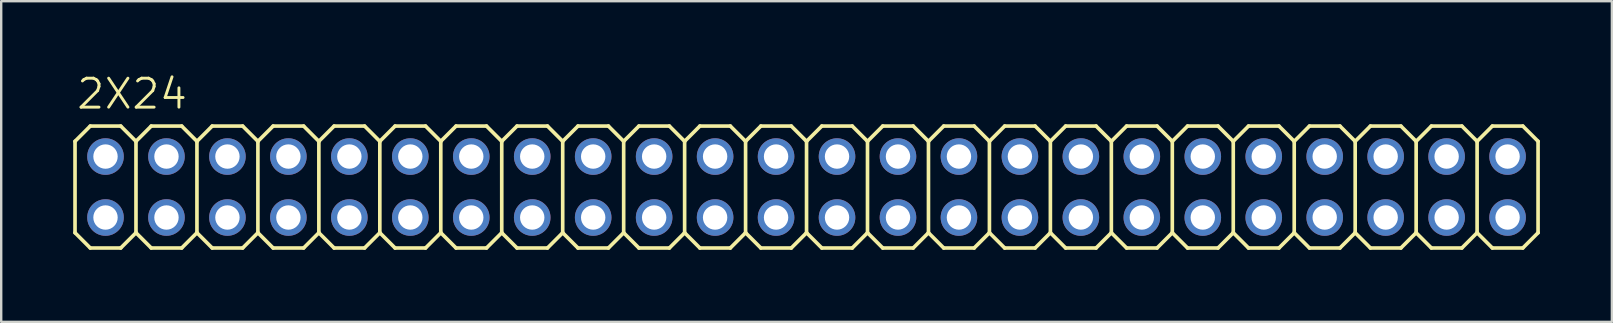
<source format=kicad_pcb>
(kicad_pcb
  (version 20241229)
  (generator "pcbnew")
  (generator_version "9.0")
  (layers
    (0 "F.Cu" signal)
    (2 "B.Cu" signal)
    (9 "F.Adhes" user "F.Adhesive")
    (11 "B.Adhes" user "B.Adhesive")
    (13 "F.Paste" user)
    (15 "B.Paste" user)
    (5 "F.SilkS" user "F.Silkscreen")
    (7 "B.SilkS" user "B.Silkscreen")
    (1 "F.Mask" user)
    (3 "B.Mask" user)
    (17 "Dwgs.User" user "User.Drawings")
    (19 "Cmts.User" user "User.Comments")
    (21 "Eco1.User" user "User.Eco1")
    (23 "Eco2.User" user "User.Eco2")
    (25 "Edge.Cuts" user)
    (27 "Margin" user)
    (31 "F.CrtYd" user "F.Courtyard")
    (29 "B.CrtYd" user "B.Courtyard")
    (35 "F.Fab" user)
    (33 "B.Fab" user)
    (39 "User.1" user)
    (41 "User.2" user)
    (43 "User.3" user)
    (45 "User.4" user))
  (footprint "2X24"
    (layer "F.Cu")
    (at 29.286 4.743)
    (property "Reference" "2X24" (at -29.21 -3.175 180) (layer "F.SilkS") (effects (font (size 1.206 1.206) (thickness 0.121)) (justify left bottom)))
    (attr through_hole)
    (fp_line (start -29.21 -1.905) (end -28.575 -2.54) (stroke (width 0.152) (type solid)) (layer "F.SilkS"))
    (fp_line (start -29.21 1.905) (end -29.21 -1.905) (stroke (width 0.152) (type solid)) (layer "F.SilkS"))
    (fp_line (start -29.21 1.905) (end -28.575 2.54) (stroke (width 0.152) (type solid)) (layer "F.SilkS"))
    (fp_line (start -28.575 -2.54) (end -27.305 -2.54) (stroke (width 0.152) (type solid)) (layer "F.SilkS"))
    (fp_line (start -28.575 2.54) (end -27.305 2.54) (stroke (width 0.152) (type solid)) (layer "F.SilkS"))
    (fp_line (start -27.305 -2.54) (end -26.67 -1.905) (stroke (width 0.152) (type solid)) (layer "F.SilkS"))
    (fp_line (start -27.305 2.54) (end -26.67 1.905) (stroke (width 0.152) (type solid)) (layer "F.SilkS"))
    (fp_line (start -26.67 -1.905) (end -26.67 1.905) (stroke (width 0.152) (type solid)) (layer "F.SilkS"))
    (fp_line (start -26.67 -1.905) (end -26.035 -2.54) (stroke (width 0.152) (type solid)) (layer "F.SilkS"))
    (fp_line (start -26.67 1.905) (end -26.035 2.54) (stroke (width 0.152) (type solid)) (layer "F.SilkS"))
    (fp_line (start -26.035 -2.54) (end -24.765 -2.54) (stroke (width 0.152) (type solid)) (layer "F.SilkS"))
    (fp_line (start -26.035 2.54) (end -24.765 2.54) (stroke (width 0.152) (type solid)) (layer "F.SilkS"))
    (fp_line (start -24.765 -2.54) (end -24.13 -1.905) (stroke (width 0.152) (type solid)) (layer "F.SilkS"))
    (fp_line (start -24.765 2.54) (end -24.13 1.905) (stroke (width 0.152) (type solid)) (layer "F.SilkS"))
    (fp_line (start -24.13 -1.905) (end -24.13 1.905) (stroke (width 0.152) (type solid)) (layer "F.SilkS"))
    (fp_line (start -24.13 -1.905) (end -23.495 -2.54) (stroke (width 0.152) (type solid)) (layer "F.SilkS"))
    (fp_line (start -24.13 1.905) (end -23.495 2.54) (stroke (width 0.152) (type solid)) (layer "F.SilkS"))
    (fp_line (start -23.495 -2.54) (end -22.225 -2.54) (stroke (width 0.152) (type solid)) (layer "F.SilkS"))
    (fp_line (start -23.495 2.54) (end -22.225 2.54) (stroke (width 0.152) (type solid)) (layer "F.SilkS"))
    (fp_line (start -22.225 -2.54) (end -21.59 -1.905) (stroke (width 0.152) (type solid)) (layer "F.SilkS"))
    (fp_line (start -22.225 2.54) (end -21.59 1.905) (stroke (width 0.152) (type solid)) (layer "F.SilkS"))
    (fp_line (start -21.59 -1.905) (end -21.59 1.905) (stroke (width 0.152) (type solid)) (layer "F.SilkS"))
    (fp_line (start -21.59 -1.905) (end -20.955 -2.54) (stroke (width 0.152) (type solid)) (layer "F.SilkS"))
    (fp_line (start -21.59 1.905) (end -20.955 2.54) (stroke (width 0.152) (type solid)) (layer "F.SilkS"))
    (fp_line (start -20.955 -2.54) (end -19.685 -2.54) (stroke (width 0.152) (type solid)) (layer "F.SilkS"))
    (fp_line (start -20.955 2.54) (end -19.685 2.54) (stroke (width 0.152) (type solid)) (layer "F.SilkS"))
    (fp_line (start -19.685 -2.54) (end -19.05 -1.905) (stroke (width 0.152) (type solid)) (layer "F.SilkS"))
    (fp_line (start -19.685 2.54) (end -19.05 1.905) (stroke (width 0.152) (type solid)) (layer "F.SilkS"))
    (fp_line (start -19.05 -1.905) (end -19.05 1.905) (stroke (width 0.152) (type solid)) (layer "F.SilkS"))
    (fp_line (start -19.05 -1.905) (end -18.415 -2.54) (stroke (width 0.152) (type solid)) (layer "F.SilkS"))
    (fp_line (start -19.05 1.905) (end -18.415 2.54) (stroke (width 0.152) (type solid)) (layer "F.SilkS"))
    (fp_line (start -18.415 -2.54) (end -17.145 -2.54) (stroke (width 0.152) (type solid)) (layer "F.SilkS"))
    (fp_line (start -18.415 2.54) (end -17.145 2.54) (stroke (width 0.152) (type solid)) (layer "F.SilkS"))
    (fp_line (start -17.145 -2.54) (end -16.51 -1.905) (stroke (width 0.152) (type solid)) (layer "F.SilkS"))
    (fp_line (start -17.145 2.54) (end -16.51 1.905) (stroke (width 0.152) (type solid)) (layer "F.SilkS"))
    (fp_line (start -16.51 -1.905) (end -16.51 1.905) (stroke (width 0.152) (type solid)) (layer "F.SilkS"))
    (fp_line (start -16.51 -1.905) (end -15.875 -2.54) (stroke (width 0.152) (type solid)) (layer "F.SilkS"))
    (fp_line (start -16.51 1.905) (end -15.875 2.54) (stroke (width 0.152) (type solid)) (layer "F.SilkS"))
    (fp_line (start -15.875 -2.54) (end -14.605 -2.54) (stroke (width 0.152) (type solid)) (layer "F.SilkS"))
    (fp_line (start -15.875 2.54) (end -14.605 2.54) (stroke (width 0.152) (type solid)) (layer "F.SilkS"))
    (fp_line (start -14.605 -2.54) (end -13.97 -1.905) (stroke (width 0.152) (type solid)) (layer "F.SilkS"))
    (fp_line (start -14.605 2.54) (end -13.97 1.905) (stroke (width 0.152) (type solid)) (layer "F.SilkS"))
    (fp_line (start -13.97 -1.905) (end -13.97 1.905) (stroke (width 0.152) (type solid)) (layer "F.SilkS"))
    (fp_line (start -13.97 -1.905) (end -13.335 -2.54) (stroke (width 0.152) (type solid)) (layer "F.SilkS"))
    (fp_line (start -13.97 1.905) (end -13.335 2.54) (stroke (width 0.152) (type solid)) (layer "F.SilkS"))
    (fp_line (start -13.335 -2.54) (end -12.065 -2.54) (stroke (width 0.152) (type solid)) (layer "F.SilkS"))
    (fp_line (start -12.065 -2.54) (end -11.43 -1.905) (stroke (width 0.152) (type solid)) (layer "F.SilkS"))
    (fp_line (start -12.065 2.54) (end -13.335 2.54) (stroke (width 0.152) (type solid)) (layer "F.SilkS"))
    (fp_line (start -11.43 -1.905) (end -11.43 1.905) (stroke (width 0.152) (type solid)) (layer "F.SilkS"))
    (fp_line (start -11.43 -1.905) (end -10.795 -2.54) (stroke (width 0.152) (type solid)) (layer "F.SilkS"))
    (fp_line (start -11.43 1.905) (end -12.065 2.54) (stroke (width 0.152) (type solid)) (layer "F.SilkS"))
    (fp_line (start -11.43 1.905) (end -10.795 2.54) (stroke (width 0.152) (type solid)) (layer "F.SilkS"))
    (fp_line (start -10.795 -2.54) (end -9.525 -2.54) (stroke (width 0.152) (type solid)) (layer "F.SilkS"))
    (fp_line (start -9.525 -2.54) (end -8.89 -1.905) (stroke (width 0.152) (type solid)) (layer "F.SilkS"))
    (fp_line (start -9.525 2.54) (end -10.795 2.54) (stroke (width 0.152) (type solid)) (layer "F.SilkS"))
    (fp_line (start -8.89 -1.905) (end -8.89 1.905) (stroke (width 0.152) (type solid)) (layer "F.SilkS"))
    (fp_line (start -8.89 -1.905) (end -8.255 -2.54) (stroke (width 0.152) (type solid)) (layer "F.SilkS"))
    (fp_line (start -8.89 1.905) (end -9.525 2.54) (stroke (width 0.152) (type solid)) (layer "F.SilkS"))
    (fp_line (start -8.89 1.905) (end -8.255 2.54) (stroke (width 0.152) (type solid)) (layer "F.SilkS"))
    (fp_line (start -8.255 -2.54) (end -6.985 -2.54) (stroke (width 0.152) (type solid)) (layer "F.SilkS"))
    (fp_line (start -6.985 -2.54) (end -6.35 -1.905) (stroke (width 0.152) (type solid)) (layer "F.SilkS"))
    (fp_line (start -6.985 2.54) (end -8.255 2.54) (stroke (width 0.152) (type solid)) (layer "F.SilkS"))
    (fp_line (start -6.35 -1.905) (end -6.35 1.905) (stroke (width 0.152) (type solid)) (layer "F.SilkS"))
    (fp_line (start -6.35 -1.905) (end -5.715 -2.54) (stroke (width 0.152) (type solid)) (layer "F.SilkS"))
    (fp_line (start -6.35 1.905) (end -6.985 2.54) (stroke (width 0.152) (type solid)) (layer "F.SilkS"))
    (fp_line (start -6.35 1.905) (end -5.715 2.54) (stroke (width 0.152) (type solid)) (layer "F.SilkS"))
    (fp_line (start -5.715 -2.54) (end -4.445 -2.54) (stroke (width 0.152) (type solid)) (layer "F.SilkS"))
    (fp_line (start -4.445 -2.54) (end -3.81 -1.905) (stroke (width 0.152) (type solid)) (layer "F.SilkS"))
    (fp_line (start -4.445 2.54) (end -5.715 2.54) (stroke (width 0.152) (type solid)) (layer "F.SilkS"))
    (fp_line (start -3.81 -1.905) (end -3.81 1.905) (stroke (width 0.152) (type solid)) (layer "F.SilkS"))
    (fp_line (start -3.81 -1.905) (end -3.175 -2.54) (stroke (width 0.152) (type solid)) (layer "F.SilkS"))
    (fp_line (start -3.81 1.905) (end -4.445 2.54) (stroke (width 0.152) (type solid)) (layer "F.SilkS"))
    (fp_line (start -3.81 1.905) (end -3.175 2.54) (stroke (width 0.152) (type solid)) (layer "F.SilkS"))
    (fp_line (start -3.175 -2.54) (end -1.905 -2.54) (stroke (width 0.152) (type solid)) (layer "F.SilkS"))
    (fp_line (start -1.905 -2.54) (end -1.27 -1.905) (stroke (width 0.152) (type solid)) (layer "F.SilkS"))
    (fp_line (start -1.905 2.54) (end -3.175 2.54) (stroke (width 0.152) (type solid)) (layer "F.SilkS"))
    (fp_line (start -1.27 -1.905) (end -1.27 1.905) (stroke (width 0.152) (type solid)) (layer "F.SilkS"))
    (fp_line (start -1.27 -1.905) (end -0.635 -2.54) (stroke (width 0.152) (type solid)) (layer "F.SilkS"))
    (fp_line (start -1.27 1.905) (end -1.905 2.54) (stroke (width 0.152) (type solid)) (layer "F.SilkS"))
    (fp_line (start -1.27 1.905) (end -0.635 2.54) (stroke (width 0.152) (type solid)) (layer "F.SilkS"))
    (fp_line (start -0.635 -2.54) (end 0.635 -2.54) (stroke (width 0.152) (type solid)) (layer "F.SilkS"))
    (fp_line (start 0.635 2.54) (end -0.635 2.54) (stroke (width 0.152) (type solid)) (layer "F.SilkS"))
    (fp_line (start 1.27 -1.905) (end 0.635 -2.54) (stroke (width 0.152) (type solid)) (layer "F.SilkS"))
    (fp_line (start 1.27 -1.905) (end 1.27 1.905) (stroke (width 0.152) (type solid)) (layer "F.SilkS"))
    (fp_line (start 1.27 -1.905) (end 1.905 -2.54) (stroke (width 0.152) (type solid)) (layer "F.SilkS"))
    (fp_line (start 1.27 1.905) (end 0.635 2.54) (stroke (width 0.152) (type solid)) (layer "F.SilkS"))
    (fp_line (start 1.27 1.905) (end 1.905 2.54) (stroke (width 0.152) (type solid)) (layer "F.SilkS"))
    (fp_line (start 3.175 -2.54) (end 1.905 -2.54) (stroke (width 0.152) (type solid)) (layer "F.SilkS"))
    (fp_line (start 3.175 -2.54) (end 3.81 -1.905) (stroke (width 0.152) (type solid)) (layer "F.SilkS"))
    (fp_line (start 3.175 2.54) (end 1.905 2.54) (stroke (width 0.152) (type solid)) (layer "F.SilkS"))
    (fp_line (start 3.81 -1.905) (end 3.81 1.905) (stroke (width 0.152) (type solid)) (layer "F.SilkS"))
    (fp_line (start 3.81 -1.905) (end 4.445 -2.54) (stroke (width 0.152) (type solid)) (layer "F.SilkS"))
    (fp_line (start 3.81 1.905) (end 3.175 2.54) (stroke (width 0.152) (type solid)) (layer "F.SilkS"))
    (fp_line (start 3.81 1.905) (end 4.445 2.54) (stroke (width 0.152) (type solid)) (layer "F.SilkS"))
    (fp_line (start 5.715 -2.54) (end 4.445 -2.54) (stroke (width 0.152) (type solid)) (layer "F.SilkS"))
    (fp_line (start 5.715 -2.54) (end 6.35 -1.905) (stroke (width 0.152) (type solid)) (layer "F.SilkS"))
    (fp_line (start 5.715 2.54) (end 4.445 2.54) (stroke (width 0.152) (type solid)) (layer "F.SilkS"))
    (fp_line (start 6.35 -1.905) (end 6.35 1.905) (stroke (width 0.152) (type solid)) (layer "F.SilkS"))
    (fp_line (start 6.35 -1.905) (end 6.985 -2.54) (stroke (width 0.152) (type solid)) (layer "F.SilkS"))
    (fp_line (start 6.35 1.905) (end 5.715 2.54) (stroke (width 0.152) (type solid)) (layer "F.SilkS"))
    (fp_line (start 6.985 2.54) (end 6.35 1.905) (stroke (width 0.152) (type solid)) (layer "F.SilkS"))
    (fp_line (start 6.985 2.54) (end 8.255 2.54) (stroke (width 0.152) (type solid)) (layer "F.SilkS"))
    (fp_line (start 8.255 -2.54) (end 6.985 -2.54) (stroke (width 0.152) (type solid)) (layer "F.SilkS"))
    (fp_line (start 8.255 -2.54) (end 8.89 -1.905) (stroke (width 0.152) (type solid)) (layer "F.SilkS"))
    (fp_line (start 8.89 -1.905) (end 8.89 1.905) (stroke (width 0.152) (type solid)) (layer "F.SilkS"))
    (fp_line (start 8.89 -1.905) (end 9.525 -2.54) (stroke (width 0.152) (type solid)) (layer "F.SilkS"))
    (fp_line (start 8.89 1.905) (end 8.255 2.54) (stroke (width 0.152) (type solid)) (layer "F.SilkS"))
    (fp_line (start 9.525 2.54) (end 8.89 1.905) (stroke (width 0.152) (type solid)) (layer "F.SilkS"))
    (fp_line (start 9.525 2.54) (end 10.795 2.54) (stroke (width 0.152) (type solid)) (layer "F.SilkS"))
    (fp_line (start 10.795 -2.54) (end 9.525 -2.54) (stroke (width 0.152) (type solid)) (layer "F.SilkS"))
    (fp_line (start 10.795 -2.54) (end 11.43 -1.905) (stroke (width 0.152) (type solid)) (layer "F.SilkS"))
    (fp_line (start 11.43 -1.905) (end 11.43 1.905) (stroke (width 0.152) (type solid)) (layer "F.SilkS"))
    (fp_line (start 11.43 -1.905) (end 12.065 -2.54) (stroke (width 0.152) (type solid)) (layer "F.SilkS"))
    (fp_line (start 11.43 1.905) (end 10.795 2.54) (stroke (width 0.152) (type solid)) (layer "F.SilkS"))
    (fp_line (start 11.43 1.905) (end 12.065 2.54) (stroke (width 0.152) (type solid)) (layer "F.SilkS"))
    (fp_line (start 13.335 -2.54) (end 12.065 -2.54) (stroke (width 0.152) (type solid)) (layer "F.SilkS"))
    (fp_line (start 13.335 -2.54) (end 13.97 -1.905) (stroke (width 0.152) (type solid)) (layer "F.SilkS"))
    (fp_line (start 13.335 2.54) (end 12.065 2.54) (stroke (width 0.152) (type solid)) (layer "F.SilkS"))
    (fp_line (start 13.97 -1.905) (end 13.97 1.905) (stroke (width 0.152) (type solid)) (layer "F.SilkS"))
    (fp_line (start 13.97 -1.905) (end 14.605 -2.54) (stroke (width 0.152) (type solid)) (layer "F.SilkS"))
    (fp_line (start 13.97 1.905) (end 13.335 2.54) (stroke (width 0.152) (type solid)) (layer "F.SilkS"))
    (fp_line (start 13.97 1.905) (end 14.605 2.54) (stroke (width 0.152) (type solid)) (layer "F.SilkS"))
    (fp_line (start 15.875 -2.54) (end 14.605 -2.54) (stroke (width 0.152) (type solid)) (layer "F.SilkS"))
    (fp_line (start 15.875 -2.54) (end 16.51 -1.905) (stroke (width 0.152) (type solid)) (layer "F.SilkS"))
    (fp_line (start 15.875 2.54) (end 14.605 2.54) (stroke (width 0.152) (type solid)) (layer "F.SilkS"))
    (fp_line (start 16.51 -1.905) (end 16.51 1.905) (stroke (width 0.152) (type solid)) (layer "F.SilkS"))
    (fp_line (start 16.51 -1.905) (end 17.145 -2.54) (stroke (width 0.152) (type solid)) (layer "F.SilkS"))
    (fp_line (start 16.51 1.905) (end 15.875 2.54) (stroke (width 0.152) (type solid)) (layer "F.SilkS"))
    (fp_line (start 16.51 1.905) (end 17.145 2.54) (stroke (width 0.152) (type solid)) (layer "F.SilkS"))
    (fp_line (start 18.415 -2.54) (end 17.145 -2.54) (stroke (width 0.152) (type solid)) (layer "F.SilkS"))
    (fp_line (start 18.415 -2.54) (end 19.05 -1.905) (stroke (width 0.152) (type solid)) (layer "F.SilkS"))
    (fp_line (start 18.415 2.54) (end 17.145 2.54) (stroke (width 0.152) (type solid)) (layer "F.SilkS"))
    (fp_line (start 19.05 -1.905) (end 19.05 1.905) (stroke (width 0.152) (type solid)) (layer "F.SilkS"))
    (fp_line (start 19.05 -1.905) (end 19.685 -2.54) (stroke (width 0.152) (type solid)) (layer "F.SilkS"))
    (fp_line (start 19.05 1.905) (end 18.415 2.54) (stroke (width 0.152) (type solid)) (layer "F.SilkS"))
    (fp_line (start 19.05 1.905) (end 19.685 2.54) (stroke (width 0.152) (type solid)) (layer "F.SilkS"))
    (fp_line (start 20.955 -2.54) (end 19.685 -2.54) (stroke (width 0.152) (type solid)) (layer "F.SilkS"))
    (fp_line (start 20.955 -2.54) (end 21.59 -1.905) (stroke (width 0.152) (type solid)) (layer "F.SilkS"))
    (fp_line (start 20.955 2.54) (end 19.685 2.54) (stroke (width 0.152) (type solid)) (layer "F.SilkS"))
    (fp_line (start 21.59 -1.905) (end 21.59 1.905) (stroke (width 0.152) (type solid)) (layer "F.SilkS"))
    (fp_line (start 21.59 -1.905) (end 22.225 -2.54) (stroke (width 0.152) (type solid)) (layer "F.SilkS"))
    (fp_line (start 21.59 1.905) (end 20.955 2.54) (stroke (width 0.152) (type solid)) (layer "F.SilkS"))
    (fp_line (start 21.59 1.905) (end 22.225 2.54) (stroke (width 0.152) (type solid)) (layer "F.SilkS"))
    (fp_line (start 23.495 -2.54) (end 22.225 -2.54) (stroke (width 0.152) (type solid)) (layer "F.SilkS"))
    (fp_line (start 23.495 -2.54) (end 24.13 -1.905) (stroke (width 0.152) (type solid)) (layer "F.SilkS"))
    (fp_line (start 23.495 2.54) (end 22.225 2.54) (stroke (width 0.152) (type solid)) (layer "F.SilkS"))
    (fp_line (start 24.13 -1.905) (end 24.13 1.905) (stroke (width 0.152) (type solid)) (layer "F.SilkS"))
    (fp_line (start 24.13 -1.905) (end 24.765 -2.54) (stroke (width 0.152) (type solid)) (layer "F.SilkS"))
    (fp_line (start 24.13 1.905) (end 23.495 2.54) (stroke (width 0.152) (type solid)) (layer "F.SilkS"))
    (fp_line (start 24.13 1.905) (end 24.765 2.54) (stroke (width 0.152) (type solid)) (layer "F.SilkS"))
    (fp_line (start 26.035 -2.54) (end 24.765 -2.54) (stroke (width 0.152) (type solid)) (layer "F.SilkS"))
    (fp_line (start 26.035 -2.54) (end 26.67 -1.905) (stroke (width 0.152) (type solid)) (layer "F.SilkS"))
    (fp_line (start 26.035 2.54) (end 24.765 2.54) (stroke (width 0.152) (type solid)) (layer "F.SilkS"))
    (fp_line (start 26.67 -1.905) (end 26.67 1.905) (stroke (width 0.152) (type solid)) (layer "F.SilkS"))
    (fp_line (start 26.67 -1.905) (end 27.305 -2.54) (stroke (width 0.152) (type solid)) (layer "F.SilkS"))
    (fp_line (start 26.67 1.905) (end 26.035 2.54) (stroke (width 0.152) (type solid)) (layer "F.SilkS"))
    (fp_line (start 26.67 1.905) (end 27.305 2.54) (stroke (width 0.152) (type solid)) (layer "F.SilkS"))
    (fp_line (start 28.575 -2.54) (end 27.305 -2.54) (stroke (width 0.152) (type solid)) (layer "F.SilkS"))
    (fp_line (start 28.575 -2.54) (end 29.21 -1.905) (stroke (width 0.152) (type solid)) (layer "F.SilkS"))
    (fp_line (start 28.575 2.54) (end 27.305 2.54) (stroke (width 0.152) (type solid)) (layer "F.SilkS"))
    (fp_line (start 29.21 -1.905) (end 29.21 1.905) (stroke (width 0.152) (type solid)) (layer "F.SilkS"))
    (fp_line (start 29.21 -1.905) (end 29.845 -2.54) (stroke (width 0.152) (type solid)) (layer "F.SilkS"))
    (fp_line (start 29.21 1.905) (end 28.575 2.54) (stroke (width 0.152) (type solid)) (layer "F.SilkS"))
    (fp_line (start 29.21 1.905) (end 29.845 2.54) (stroke (width 0.152) (type solid)) (layer "F.SilkS"))
    (fp_line (start 31.115 -2.54) (end 29.845 -2.54) (stroke (width 0.152) (type solid)) (layer "F.SilkS"))
    (fp_line (start 31.115 -2.54) (end 31.75 -1.905) (stroke (width 0.152) (type solid)) (layer "F.SilkS"))
    (fp_line (start 31.115 2.54) (end 29.845 2.54) (stroke (width 0.152) (type solid)) (layer "F.SilkS"))
    (fp_line (start 31.75 -1.905) (end 31.75 1.905) (stroke (width 0.152) (type solid)) (layer "F.SilkS"))
    (fp_line (start 31.75 1.905) (end 31.115 2.54) (stroke (width 0.152) (type solid)) (layer "F.SilkS"))
    (fp_poly (pts (xy -28.194 -1.016) (xy -27.686 -1.016) (xy -27.686 -1.524) (xy -28.194 -1.524)) (stroke (width 0.1) (type solid)) (fill no) (layer "F.Fab"))
    (fp_poly (pts (xy -28.194 1.524) (xy -27.686 1.524) (xy -27.686 1.016) (xy -28.194 1.016)) (stroke (width 0.1) (type solid)) (fill no) (layer "F.Fab"))
    (fp_poly (pts (xy -25.654 -1.016) (xy -25.146 -1.016) (xy -25.146 -1.524) (xy -25.654 -1.524)) (stroke (width 0.1) (type solid)) (fill no) (layer "F.Fab"))
    (fp_poly (pts (xy -25.654 1.524) (xy -25.146 1.524) (xy -25.146 1.016) (xy -25.654 1.016)) (stroke (width 0.1) (type solid)) (fill no) (layer "F.Fab"))
    (fp_poly (pts (xy -23.114 -1.016) (xy -22.606 -1.016) (xy -22.606 -1.524) (xy -23.114 -1.524)) (stroke (width 0.1) (type solid)) (fill no) (layer "F.Fab"))
    (fp_poly (pts (xy -23.114 1.524) (xy -22.606 1.524) (xy -22.606 1.016) (xy -23.114 1.016)) (stroke (width 0.1) (type solid)) (fill no) (layer "F.Fab"))
    (fp_poly (pts (xy -20.574 -1.016) (xy -20.066 -1.016) (xy -20.066 -1.524) (xy -20.574 -1.524)) (stroke (width 0.1) (type solid)) (fill no) (layer "F.Fab"))
    (fp_poly (pts (xy -20.574 1.524) (xy -20.066 1.524) (xy -20.066 1.016) (xy -20.574 1.016)) (stroke (width 0.1) (type solid)) (fill no) (layer "F.Fab"))
    (fp_poly (pts (xy -18.034 -1.016) (xy -17.526 -1.016) (xy -17.526 -1.524) (xy -18.034 -1.524)) (stroke (width 0.1) (type solid)) (fill no) (layer "F.Fab"))
    (fp_poly (pts (xy -18.034 1.524) (xy -17.526 1.524) (xy -17.526 1.016) (xy -18.034 1.016)) (stroke (width 0.1) (type solid)) (fill no) (layer "F.Fab"))
    (fp_poly (pts (xy -15.494 -1.016) (xy -14.986 -1.016) (xy -14.986 -1.524) (xy -15.494 -1.524)) (stroke (width 0.1) (type solid)) (fill no) (layer "F.Fab"))
    (fp_poly (pts (xy -15.494 1.524) (xy -14.986 1.524) (xy -14.986 1.016) (xy -15.494 1.016)) (stroke (width 0.1) (type solid)) (fill no) (layer "F.Fab"))
    (fp_poly (pts (xy -12.954 -1.016) (xy -12.446 -1.016) (xy -12.446 -1.524) (xy -12.954 -1.524)) (stroke (width 0.1) (type solid)) (fill no) (layer "F.Fab"))
    (fp_poly (pts (xy -12.954 1.524) (xy -12.446 1.524) (xy -12.446 1.016) (xy -12.954 1.016)) (stroke (width 0.1) (type solid)) (fill no) (layer "F.Fab"))
    (fp_poly (pts (xy -10.414 -1.016) (xy -9.906 -1.016) (xy -9.906 -1.524) (xy -10.414 -1.524)) (stroke (width 0.1) (type solid)) (fill no) (layer "F.Fab"))
    (fp_poly (pts (xy -10.414 1.524) (xy -9.906 1.524) (xy -9.906 1.016) (xy -10.414 1.016)) (stroke (width 0.1) (type solid)) (fill no) (layer "F.Fab"))
    (fp_poly (pts (xy -7.874 -1.016) (xy -7.366 -1.016) (xy -7.366 -1.524) (xy -7.874 -1.524)) (stroke (width 0.1) (type solid)) (fill no) (layer "F.Fab"))
    (fp_poly (pts (xy -7.874 1.524) (xy -7.366 1.524) (xy -7.366 1.016) (xy -7.874 1.016)) (stroke (width 0.1) (type solid)) (fill no) (layer "F.Fab"))
    (fp_poly (pts (xy -5.334 -1.016) (xy -4.826 -1.016) (xy -4.826 -1.524) (xy -5.334 -1.524)) (stroke (width 0.1) (type solid)) (fill no) (layer "F.Fab"))
    (fp_poly (pts (xy -5.334 1.524) (xy -4.826 1.524) (xy -4.826 1.016) (xy -5.334 1.016)) (stroke (width 0.1) (type solid)) (fill no) (layer "F.Fab"))
    (fp_poly (pts (xy -2.794 -1.016) (xy -2.286 -1.016) (xy -2.286 -1.524) (xy -2.794 -1.524)) (stroke (width 0.1) (type solid)) (fill no) (layer "F.Fab"))
    (fp_poly (pts (xy -2.794 1.524) (xy -2.286 1.524) (xy -2.286 1.016) (xy -2.794 1.016)) (stroke (width 0.1) (type solid)) (fill no) (layer "F.Fab"))
    (fp_poly (pts (xy -0.254 -1.016) (xy 0.254 -1.016) (xy 0.254 -1.524) (xy -0.254 -1.524)) (stroke (width 0.1) (type solid)) (fill no) (layer "F.Fab"))
    (fp_poly (pts (xy -0.254 1.524) (xy 0.254 1.524) (xy 0.254 1.016) (xy -0.254 1.016)) (stroke (width 0.1) (type solid)) (fill no) (layer "F.Fab"))
    (fp_poly (pts (xy 2.286 -1.016) (xy 2.794 -1.016) (xy 2.794 -1.524) (xy 2.286 -1.524)) (stroke (width 0.1) (type solid)) (fill no) (layer "F.Fab"))
    (fp_poly (pts (xy 2.286 1.524) (xy 2.794 1.524) (xy 2.794 1.016) (xy 2.286 1.016)) (stroke (width 0.1) (type solid)) (fill no) (layer "F.Fab"))
    (fp_poly (pts (xy 4.826 -1.016) (xy 5.334 -1.016) (xy 5.334 -1.524) (xy 4.826 -1.524)) (stroke (width 0.1) (type solid)) (fill no) (layer "F.Fab"))
    (fp_poly (pts (xy 4.826 1.524) (xy 5.334 1.524) (xy 5.334 1.016) (xy 4.826 1.016)) (stroke (width 0.1) (type solid)) (fill no) (layer "F.Fab"))
    (fp_poly (pts (xy 7.366 -1.016) (xy 7.874 -1.016) (xy 7.874 -1.524) (xy 7.366 -1.524)) (stroke (width 0.1) (type solid)) (fill no) (layer "F.Fab"))
    (fp_poly (pts (xy 7.366 1.524) (xy 7.874 1.524) (xy 7.874 1.016) (xy 7.366 1.016)) (stroke (width 0.1) (type solid)) (fill no) (layer "F.Fab"))
    (fp_poly (pts (xy 9.906 -1.016) (xy 10.414 -1.016) (xy 10.414 -1.524) (xy 9.906 -1.524)) (stroke (width 0.1) (type solid)) (fill no) (layer "F.Fab"))
    (fp_poly (pts (xy 9.906 1.524) (xy 10.414 1.524) (xy 10.414 1.016) (xy 9.906 1.016)) (stroke (width 0.1) (type solid)) (fill no) (layer "F.Fab"))
    (fp_poly (pts (xy 12.446 -1.016) (xy 12.954 -1.016) (xy 12.954 -1.524) (xy 12.446 -1.524)) (stroke (width 0.1) (type solid)) (fill no) (layer "F.Fab"))
    (fp_poly (pts (xy 12.446 1.524) (xy 12.954 1.524) (xy 12.954 1.016) (xy 12.446 1.016)) (stroke (width 0.1) (type solid)) (fill no) (layer "F.Fab"))
    (fp_poly (pts (xy 14.986 -1.016) (xy 15.494 -1.016) (xy 15.494 -1.524) (xy 14.986 -1.524)) (stroke (width 0.1) (type solid)) (fill no) (layer "F.Fab"))
    (fp_poly (pts (xy 14.986 1.524) (xy 15.494 1.524) (xy 15.494 1.016) (xy 14.986 1.016)) (stroke (width 0.1) (type solid)) (fill no) (layer "F.Fab"))
    (fp_poly (pts (xy 17.526 -1.016) (xy 18.034 -1.016) (xy 18.034 -1.524) (xy 17.526 -1.524)) (stroke (width 0.1) (type solid)) (fill no) (layer "F.Fab"))
    (fp_poly (pts (xy 17.526 1.524) (xy 18.034 1.524) (xy 18.034 1.016) (xy 17.526 1.016)) (stroke (width 0.1) (type solid)) (fill no) (layer "F.Fab"))
    (fp_poly (pts (xy 20.066 -1.016) (xy 20.574 -1.016) (xy 20.574 -1.524) (xy 20.066 -1.524)) (stroke (width 0.1) (type solid)) (fill no) (layer "F.Fab"))
    (fp_poly (pts (xy 20.066 1.524) (xy 20.574 1.524) (xy 20.574 1.016) (xy 20.066 1.016)) (stroke (width 0.1) (type solid)) (fill no) (layer "F.Fab"))
    (fp_poly (pts (xy 22.606 -1.016) (xy 23.114 -1.016) (xy 23.114 -1.524) (xy 22.606 -1.524)) (stroke (width 0.1) (type solid)) (fill no) (layer "F.Fab"))
    (fp_poly (pts (xy 22.606 1.524) (xy 23.114 1.524) (xy 23.114 1.016) (xy 22.606 1.016)) (stroke (width 0.1) (type solid)) (fill no) (layer "F.Fab"))
    (fp_poly (pts (xy 25.146 -1.016) (xy 25.654 -1.016) (xy 25.654 -1.524) (xy 25.146 -1.524)) (stroke (width 0.1) (type solid)) (fill no) (layer "F.Fab"))
    (fp_poly (pts (xy 25.146 1.524) (xy 25.654 1.524) (xy 25.654 1.016) (xy 25.146 1.016)) (stroke (width 0.1) (type solid)) (fill no) (layer "F.Fab"))
    (fp_poly (pts (xy 27.686 -1.016) (xy 28.194 -1.016) (xy 28.194 -1.524) (xy 27.686 -1.524)) (stroke (width 0.1) (type solid)) (fill no) (layer "F.Fab"))
    (fp_poly (pts (xy 27.686 1.524) (xy 28.194 1.524) (xy 28.194 1.016) (xy 27.686 1.016)) (stroke (width 0.1) (type solid)) (fill no) (layer "F.Fab"))
    (fp_poly (pts (xy 30.226 -1.016) (xy 30.734 -1.016) (xy 30.734 -1.524) (xy 30.226 -1.524)) (stroke (width 0.1) (type solid)) (fill no) (layer "F.Fab"))
    (fp_poly (pts (xy 30.226 1.524) (xy 30.734 1.524) (xy 30.734 1.016) (xy 30.226 1.016)) (stroke (width 0.1) (type solid)) (fill no) (layer "F.Fab"))
    (pad "1" thru_hole circle (at -27.94 1.27) (size 1.524 1.524) (drill 1.016) (layers "*.Cu" "*.Mask"))
    (pad "2" thru_hole circle (at -27.94 -1.27) (size 1.524 1.524) (drill 1.016) (layers "*.Cu" "*.Mask"))
    (pad "3" thru_hole circle (at -25.4 1.27) (size 1.524 1.524) (drill 1.016) (layers "*.Cu" "*.Mask"))
    (pad "4" thru_hole circle (at -25.4 -1.27) (size 1.524 1.524) (drill 1.016) (layers "*.Cu" "*.Mask"))
    (pad "5" thru_hole circle (at -22.86 1.27) (size 1.524 1.524) (drill 1.016) (layers "*.Cu" "*.Mask"))
    (pad "6" thru_hole circle (at -22.86 -1.27) (size 1.524 1.524) (drill 1.016) (layers "*.Cu" "*.Mask"))
    (pad "7" thru_hole circle (at -20.32 1.27) (size 1.524 1.524) (drill 1.016) (layers "*.Cu" "*.Mask"))
    (pad "8" thru_hole circle (at -20.32 -1.27) (size 1.524 1.524) (drill 1.016) (layers "*.Cu" "*.Mask"))
    (pad "9" thru_hole circle (at -17.78 1.27) (size 1.524 1.524) (drill 1.016) (layers "*.Cu" "*.Mask"))
    (pad "10" thru_hole circle (at -17.78 -1.27) (size 1.524 1.524) (drill 1.016) (layers "*.Cu" "*.Mask"))
    (pad "11" thru_hole circle (at -15.24 1.27) (size 1.524 1.524) (drill 1.016) (layers "*.Cu" "*.Mask"))
    (pad "12" thru_hole circle (at -15.24 -1.27) (size 1.524 1.524) (drill 1.016) (layers "*.Cu" "*.Mask"))
    (pad "13" thru_hole circle (at -12.7 1.27) (size 1.524 1.524) (drill 1.016) (layers "*.Cu" "*.Mask"))
    (pad "14" thru_hole circle (at -12.7 -1.27) (size 1.524 1.524) (drill 1.016) (layers "*.Cu" "*.Mask"))
    (pad "15" thru_hole circle (at -10.16 1.27) (size 1.524 1.524) (drill 1.016) (layers "*.Cu" "*.Mask"))
    (pad "16" thru_hole circle (at -10.16 -1.27) (size 1.524 1.524) (drill 1.016) (layers "*.Cu" "*.Mask"))
    (pad "17" thru_hole circle (at -7.62 1.27) (size 1.524 1.524) (drill 1.016) (layers "*.Cu" "*.Mask"))
    (pad "18" thru_hole circle (at -7.62 -1.27) (size 1.524 1.524) (drill 1.016) (layers "*.Cu" "*.Mask"))
    (pad "19" thru_hole circle (at -5.08 1.27) (size 1.524 1.524) (drill 1.016) (layers "*.Cu" "*.Mask"))
    (pad "20" thru_hole circle (at -5.08 -1.27) (size 1.524 1.524) (drill 1.016) (layers "*.Cu" "*.Mask"))
    (pad "21" thru_hole circle (at -2.54 1.27) (size 1.524 1.524) (drill 1.016) (layers "*.Cu" "*.Mask"))
    (pad "22" thru_hole circle (at -2.54 -1.27) (size 1.524 1.524) (drill 1.016) (layers "*.Cu" "*.Mask"))
    (pad "23" thru_hole circle (at 0 1.27) (size 1.524 1.524) (drill 1.016) (layers "*.Cu" "*.Mask"))
    (pad "24" thru_hole circle (at 0 -1.27) (size 1.524 1.524) (drill 1.016) (layers "*.Cu" "*.Mask"))
    (pad "25" thru_hole circle (at 2.54 1.27) (size 1.524 1.524) (drill 1.016) (layers "*.Cu" "*.Mask"))
    (pad "26" thru_hole circle (at 2.54 -1.27) (size 1.524 1.524) (drill 1.016) (layers "*.Cu" "*.Mask"))
    (pad "27" thru_hole circle (at 5.08 1.27) (size 1.524 1.524) (drill 1.016) (layers "*.Cu" "*.Mask"))
    (pad "28" thru_hole circle (at 5.08 -1.27) (size 1.524 1.524) (drill 1.016) (layers "*.Cu" "*.Mask"))
    (pad "29" thru_hole circle (at 7.62 1.27) (size 1.524 1.524) (drill 1.016) (layers "*.Cu" "*.Mask"))
    (pad "30" thru_hole circle (at 7.62 -1.27) (size 1.524 1.524) (drill 1.016) (layers "*.Cu" "*.Mask"))
    (pad "31" thru_hole circle (at 10.16 1.27) (size 1.524 1.524) (drill 1.016) (layers "*.Cu" "*.Mask"))
    (pad "32" thru_hole circle (at 10.16 -1.27) (size 1.524 1.524) (drill 1.016) (layers "*.Cu" "*.Mask"))
    (pad "33" thru_hole circle (at 12.7 1.27) (size 1.524 1.524) (drill 1.016) (layers "*.Cu" "*.Mask"))
    (pad "34" thru_hole circle (at 12.7 -1.27) (size 1.524 1.524) (drill 1.016) (layers "*.Cu" "*.Mask"))
    (pad "35" thru_hole circle (at 15.24 1.27) (size 1.524 1.524) (drill 1.016) (layers "*.Cu" "*.Mask"))
    (pad "36" thru_hole circle (at 15.24 -1.27) (size 1.524 1.524) (drill 1.016) (layers "*.Cu" "*.Mask"))
    (pad "37" thru_hole circle (at 17.78 1.27) (size 1.524 1.524) (drill 1.016) (layers "*.Cu" "*.Mask"))
    (pad "38" thru_hole circle (at 17.78 -1.27) (size 1.524 1.524) (drill 1.016) (layers "*.Cu" "*.Mask"))
    (pad "39" thru_hole circle (at 20.32 1.27) (size 1.524 1.524) (drill 1.016) (layers "*.Cu" "*.Mask"))
    (pad "40" thru_hole circle (at 20.32 -1.27) (size 1.524 1.524) (drill 1.016) (layers "*.Cu" "*.Mask"))
    (pad "41" thru_hole circle (at 22.86 1.27) (size 1.524 1.524) (drill 1.016) (layers "*.Cu" "*.Mask"))
    (pad "42" thru_hole circle (at 22.86 -1.27) (size 1.524 1.524) (drill 1.016) (layers "*.Cu" "*.Mask"))
    (pad "43" thru_hole circle (at 25.4 1.27) (size 1.524 1.524) (drill 1.016) (layers "*.Cu" "*.Mask"))
    (pad "44" thru_hole circle (at 25.4 -1.27) (size 1.524 1.524) (drill 1.016) (layers "*.Cu" "*.Mask"))
    (pad "45" thru_hole circle (at 27.94 1.27) (size 1.524 1.524) (drill 1.016) (layers "*.Cu" "*.Mask"))
    (pad "46" thru_hole circle (at 27.94 -1.27) (size 1.524 1.524) (drill 1.016) (layers "*.Cu" "*.Mask"))
    (pad "47" thru_hole circle (at 30.48 1.27) (size 1.524 1.524) (drill 1.016) (layers "*.Cu" "*.Mask"))
    (pad "48" thru_hole circle (at 30.48 -1.27) (size 1.524 1.524) (drill 1.016) (layers "*.Cu" "*.Mask")))
  (gr_rect
    (start -3 -3)
    (end 64.112 10.36)
    (stroke (width 0.1) (type default))
    (fill no)
    (layer "Edge.Cuts")))
</source>
